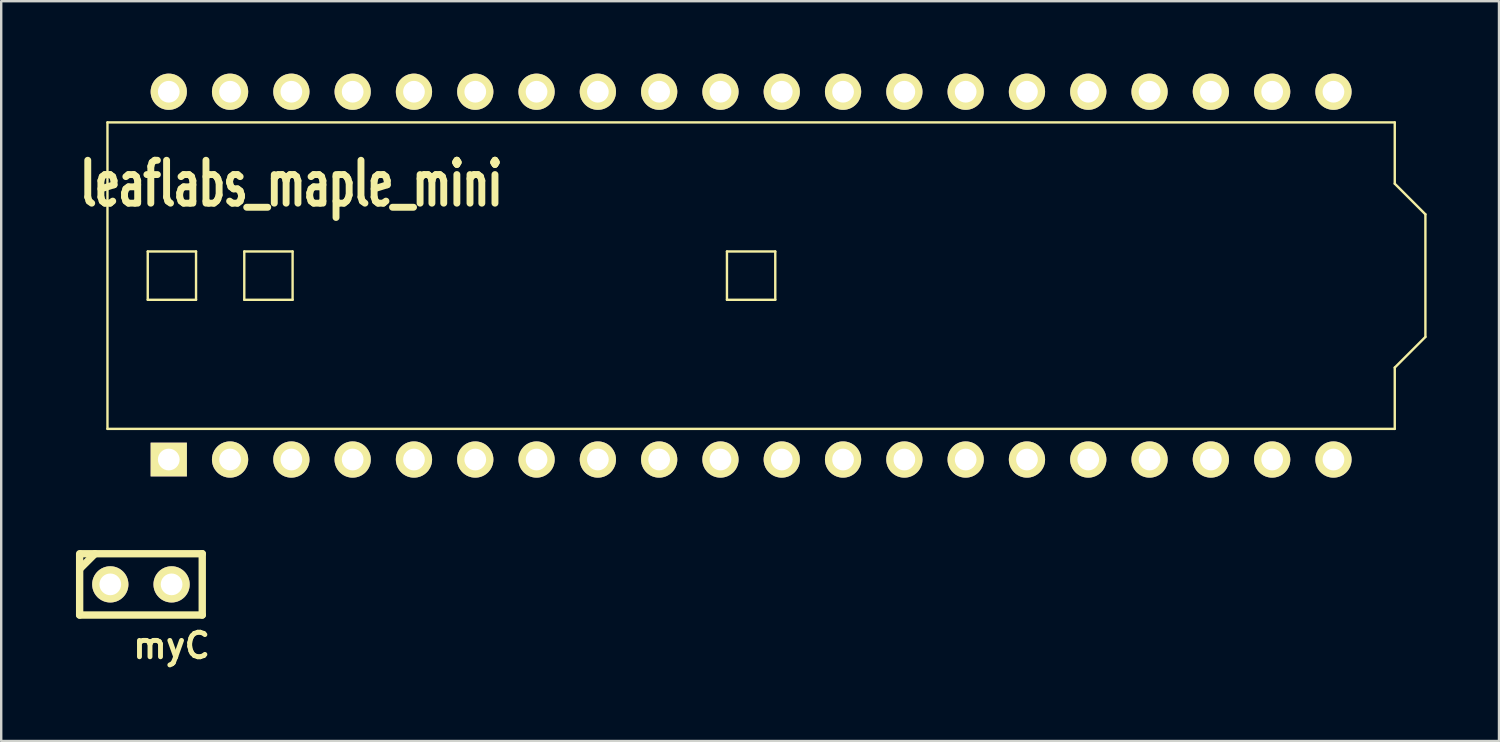
<source format=kicad_pcb>
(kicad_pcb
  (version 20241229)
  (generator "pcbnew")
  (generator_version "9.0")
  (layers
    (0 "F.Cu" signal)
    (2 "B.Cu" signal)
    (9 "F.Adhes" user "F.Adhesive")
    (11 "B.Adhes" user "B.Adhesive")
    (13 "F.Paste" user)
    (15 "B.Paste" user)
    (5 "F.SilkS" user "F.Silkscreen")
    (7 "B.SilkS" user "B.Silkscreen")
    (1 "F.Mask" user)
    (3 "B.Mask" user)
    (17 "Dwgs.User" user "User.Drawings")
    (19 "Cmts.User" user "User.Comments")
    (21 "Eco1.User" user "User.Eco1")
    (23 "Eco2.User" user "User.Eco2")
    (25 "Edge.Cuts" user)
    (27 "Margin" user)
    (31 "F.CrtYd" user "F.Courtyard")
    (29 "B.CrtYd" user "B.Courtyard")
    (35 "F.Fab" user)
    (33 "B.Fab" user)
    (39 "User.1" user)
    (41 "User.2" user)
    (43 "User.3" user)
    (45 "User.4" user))
  (footprint "leaflabs_maple_mini"
    (layer "F.Cu")
    (at 28.073 8.371)
    (property "Reference" "leaflabs_maple_mini" (at -19.05 -3.81 0) (layer "F.SilkS") (effects (font (size 1.778 1.143) (thickness 0.287))))
    (attr through_hole)
    (fp_line (start -26.67 -6.35) (end 26.67 -6.35) (stroke (width 0.099) (type solid)) (layer "F.SilkS"))
    (fp_line (start -26.67 6.35) (end -26.67 -6.35) (stroke (width 0.099) (type solid)) (layer "F.SilkS"))
    (fp_line (start -25.001 -1.001) (end -25.001 1.001) (stroke (width 0.099) (type solid)) (layer "F.SilkS"))
    (fp_line (start -25.001 1.001) (end -23 1.001) (stroke (width 0.099) (type solid)) (layer "F.SilkS"))
    (fp_line (start -23 -1.001) (end -25.001 -1.001) (stroke (width 0.099) (type solid)) (layer "F.SilkS"))
    (fp_line (start -23 1.001) (end -23 -1.001) (stroke (width 0.099) (type solid)) (layer "F.SilkS"))
    (fp_line (start -21.001 -1.001) (end -21.001 1.001) (stroke (width 0.099) (type solid)) (layer "F.SilkS"))
    (fp_line (start -21.001 1.001) (end -18.999 1.001) (stroke (width 0.099) (type solid)) (layer "F.SilkS"))
    (fp_line (start -18.999 -1.001) (end -21.001 -1.001) (stroke (width 0.099) (type solid)) (layer "F.SilkS"))
    (fp_line (start -18.999 1.001) (end -18.999 -1.001) (stroke (width 0.099) (type solid)) (layer "F.SilkS"))
    (fp_line (start -1.001 -1.001) (end -1.001 1.001) (stroke (width 0.099) (type solid)) (layer "F.SilkS"))
    (fp_line (start -1.001 -1.001) (end 1.001 -1.001) (stroke (width 0.099) (type solid)) (layer "F.SilkS"))
    (fp_line (start 1.001 -1.001) (end 1.001 1.001) (stroke (width 0.099) (type solid)) (layer "F.SilkS"))
    (fp_line (start 1.001 1.001) (end -1.001 1.001) (stroke (width 0.099) (type solid)) (layer "F.SilkS"))
    (fp_line (start 26.67 -6.35) (end 26.67 -3.81) (stroke (width 0.099) (type solid)) (layer "F.SilkS"))
    (fp_line (start 26.67 -3.81) (end 27.94 -2.54) (stroke (width 0.099) (type solid)) (layer "F.SilkS"))
    (fp_line (start 26.67 3.81) (end 27.94 2.54) (stroke (width 0.099) (type solid)) (layer "F.SilkS"))
    (fp_line (start 26.67 6.35) (end -26.67 6.35) (stroke (width 0.099) (type solid)) (layer "F.SilkS"))
    (fp_line (start 26.67 6.35) (end 26.67 3.81) (stroke (width 0.099) (type solid)) (layer "F.SilkS"))
    (fp_line (start 27.94 -2.54) (end 27.94 2.54) (stroke (width 0.099) (type solid)) (layer "F.SilkS"))
    (pad "1" thru_hole rect (at -24.13 7.62) (size 1.501 1.397) (drill 0.899) (layers "*.Cu" "*.Mask" "F.SilkS"))
    (pad "2" thru_hole circle (at -21.59 7.62) (size 1.501 1.501) (drill 0.899) (layers "*.Cu" "*.Mask" "F.SilkS"))
    (pad "3" thru_hole circle (at -19.05 7.62) (size 1.501 1.501) (drill 0.899) (layers "*.Cu" "*.Mask" "F.SilkS"))
    (pad "4" thru_hole circle (at -16.51 7.62) (size 1.501 1.501) (drill 0.899) (layers "*.Cu" "*.Mask" "F.SilkS"))
    (pad "5" thru_hole circle (at -13.97 7.62) (size 1.501 1.501) (drill 0.899) (layers "*.Cu" "*.Mask" "F.SilkS"))
    (pad "6" thru_hole circle (at -11.43 7.62) (size 1.501 1.501) (drill 0.899) (layers "*.Cu" "*.Mask" "F.SilkS"))
    (pad "7" thru_hole circle (at -8.89 7.62) (size 1.501 1.501) (drill 0.899) (layers "*.Cu" "*.Mask" "F.SilkS"))
    (pad "8" thru_hole circle (at -6.35 7.62) (size 1.501 1.501) (drill 0.899) (layers "*.Cu" "*.Mask" "F.SilkS"))
    (pad "9" thru_hole circle (at -3.81 7.62) (size 1.501 1.501) (drill 0.899) (layers "*.Cu" "*.Mask" "F.SilkS"))
    (pad "10" thru_hole circle (at -1.27 7.62) (size 1.501 1.501) (drill 0.899) (layers "*.Cu" "*.Mask" "F.SilkS"))
    (pad "11" thru_hole circle (at 1.27 7.62) (size 1.501 1.501) (drill 0.899) (layers "*.Cu" "*.Mask" "F.SilkS"))
    (pad "12" thru_hole circle (at 3.81 7.62) (size 1.501 1.501) (drill 0.899) (layers "*.Cu" "*.Mask" "F.SilkS"))
    (pad "13" thru_hole circle (at 6.35 7.62) (size 1.501 1.501) (drill 0.899) (layers "*.Cu" "*.Mask" "F.SilkS"))
    (pad "14" thru_hole circle (at 8.89 7.62) (size 1.501 1.501) (drill 0.899) (layers "*.Cu" "*.Mask" "F.SilkS"))
    (pad "15" thru_hole circle (at 11.43 7.62) (size 1.501 1.501) (drill 0.899) (layers "*.Cu" "*.Mask" "F.SilkS"))
    (pad "16" thru_hole circle (at 13.97 7.62) (size 1.501 1.501) (drill 0.899) (layers "*.Cu" "*.Mask" "F.SilkS"))
    (pad "17" thru_hole circle (at 16.51 7.62) (size 1.501 1.501) (drill 0.899) (layers "*.Cu" "*.Mask" "F.SilkS"))
    (pad "18" thru_hole circle (at 19.05 7.62) (size 1.501 1.501) (drill 0.899) (layers "*.Cu" "*.Mask" "F.SilkS"))
    (pad "19" thru_hole circle (at 21.59 7.62) (size 1.501 1.501) (drill 0.899) (layers "*.Cu" "*.Mask" "F.SilkS"))
    (pad "20" thru_hole circle (at 24.13 7.62) (size 1.501 1.501) (drill 0.899) (layers "*.Cu" "*.Mask" "F.SilkS"))
    (pad "21" thru_hole circle (at 24.13 -7.62) (size 1.501 1.501) (drill 0.899) (layers "*.Cu" "*.Mask" "F.SilkS"))
    (pad "22" thru_hole circle (at 21.59 -7.62) (size 1.501 1.501) (drill 0.899) (layers "*.Cu" "*.Mask" "F.SilkS"))
    (pad "23" thru_hole circle (at 19.05 -7.62) (size 1.501 1.501) (drill 0.899) (layers "*.Cu" "*.Mask" "F.SilkS"))
    (pad "24" thru_hole circle (at 16.51 -7.62) (size 1.501 1.501) (drill 0.899) (layers "*.Cu" "*.Mask" "F.SilkS"))
    (pad "25" thru_hole circle (at 13.97 -7.62) (size 1.501 1.501) (drill 0.899) (layers "*.Cu" "*.Mask" "F.SilkS"))
    (pad "26" thru_hole circle (at 11.43 -7.62) (size 1.501 1.501) (drill 0.899) (layers "*.Cu" "*.Mask" "F.SilkS"))
    (pad "27" thru_hole circle (at 8.89 -7.62) (size 1.501 1.501) (drill 0.899) (layers "*.Cu" "*.Mask" "F.SilkS"))
    (pad "28" thru_hole circle (at 6.35 -7.62) (size 1.501 1.501) (drill 0.899) (layers "*.Cu" "*.Mask" "F.SilkS"))
    (pad "29" thru_hole circle (at 3.81 -7.62) (size 1.501 1.501) (drill 0.899) (layers "*.Cu" "*.Mask" "F.SilkS"))
    (pad "30" thru_hole circle (at 1.27 -7.62) (size 1.501 1.501) (drill 0.899) (layers "*.Cu" "*.Mask" "F.SilkS"))
    (pad "31" thru_hole circle (at -1.27 -7.62) (size 1.501 1.501) (drill 0.899) (layers "*.Cu" "*.Mask" "F.SilkS"))
    (pad "32" thru_hole circle (at -3.81 -7.62) (size 1.501 1.501) (drill 0.899) (layers "*.Cu" "*.Mask" "F.SilkS"))
    (pad "33" thru_hole circle (at -6.35 -7.62) (size 1.501 1.501) (drill 0.899) (layers "*.Cu" "*.Mask" "F.SilkS"))
    (pad "34" thru_hole circle (at -8.89 -7.62) (size 1.501 1.501) (drill 0.899) (layers "*.Cu" "*.Mask" "F.SilkS"))
    (pad "35" thru_hole circle (at -11.43 -7.62) (size 1.501 1.501) (drill 0.899) (layers "*.Cu" "*.Mask" "F.SilkS"))
    (pad "36" thru_hole circle (at -13.97 -7.62) (size 1.501 1.501) (drill 0.899) (layers "*.Cu" "*.Mask" "F.SilkS"))
    (pad "37" thru_hole circle (at -16.51 -7.62) (size 1.501 1.501) (drill 0.899) (layers "*.Cu" "*.Mask" "F.SilkS"))
    (pad "38" thru_hole circle (at -19.05 -7.62) (size 1.501 1.501) (drill 0.899) (layers "*.Cu" "*.Mask" "F.SilkS"))
    (pad "39" thru_hole circle (at -21.59 -7.62) (size 1.501 1.501) (drill 0.899) (layers "*.Cu" "*.Mask" "F.SilkS"))
    (pad "40" thru_hole circle (at -24.13 -7.62) (size 1.501 1.501) (drill 0.899) (layers "*.Cu" "*.Mask" "F.SilkS")))
  (footprint "myC"
    (layer "F.Cu")
    (at 0.25 22.434)
    (property "Reference" "myC" (at 3.81 1.27 0) (layer "F.SilkS") (effects (font (size 1.016 1.016) (thickness 0.203))))
    (attr through_hole)
    (fp_line (start 0 -1.905) (end 0.635 -2.54) (stroke (width 0.305) (type solid)) (layer "F.SilkS"))
    (fp_line (start 0 0) (end 0 -2.54) (stroke (width 0.305) (type solid)) (layer "F.SilkS"))
    (fp_line (start 0.051 -2.54) (end 5.08 -2.54) (stroke (width 0.305) (type solid)) (layer "F.SilkS"))
    (fp_line (start 5.08 -2.54) (end 5.08 0) (stroke (width 0.305) (type solid)) (layer "F.SilkS"))
    (fp_line (start 5.08 0) (end 0 0) (stroke (width 0.305) (type solid)) (layer "F.SilkS"))
    (pad "1" thru_hole circle (at 1.27 -1.27) (size 1.501 1.501) (drill 0.899) (layers "*.Cu" "*.Mask" "F.SilkS"))
    (pad "2" thru_hole circle (at 3.81 -1.27) (size 1.501 1.501) (drill 0.899) (layers "*.Cu" "*.Mask" "F.SilkS")))
  (gr_rect
    (start -3 -3)
    (end 59.062 27.655)
    (stroke (width 0.1) (type default))
    (fill no)
    (layer "Edge.Cuts")))
</source>
